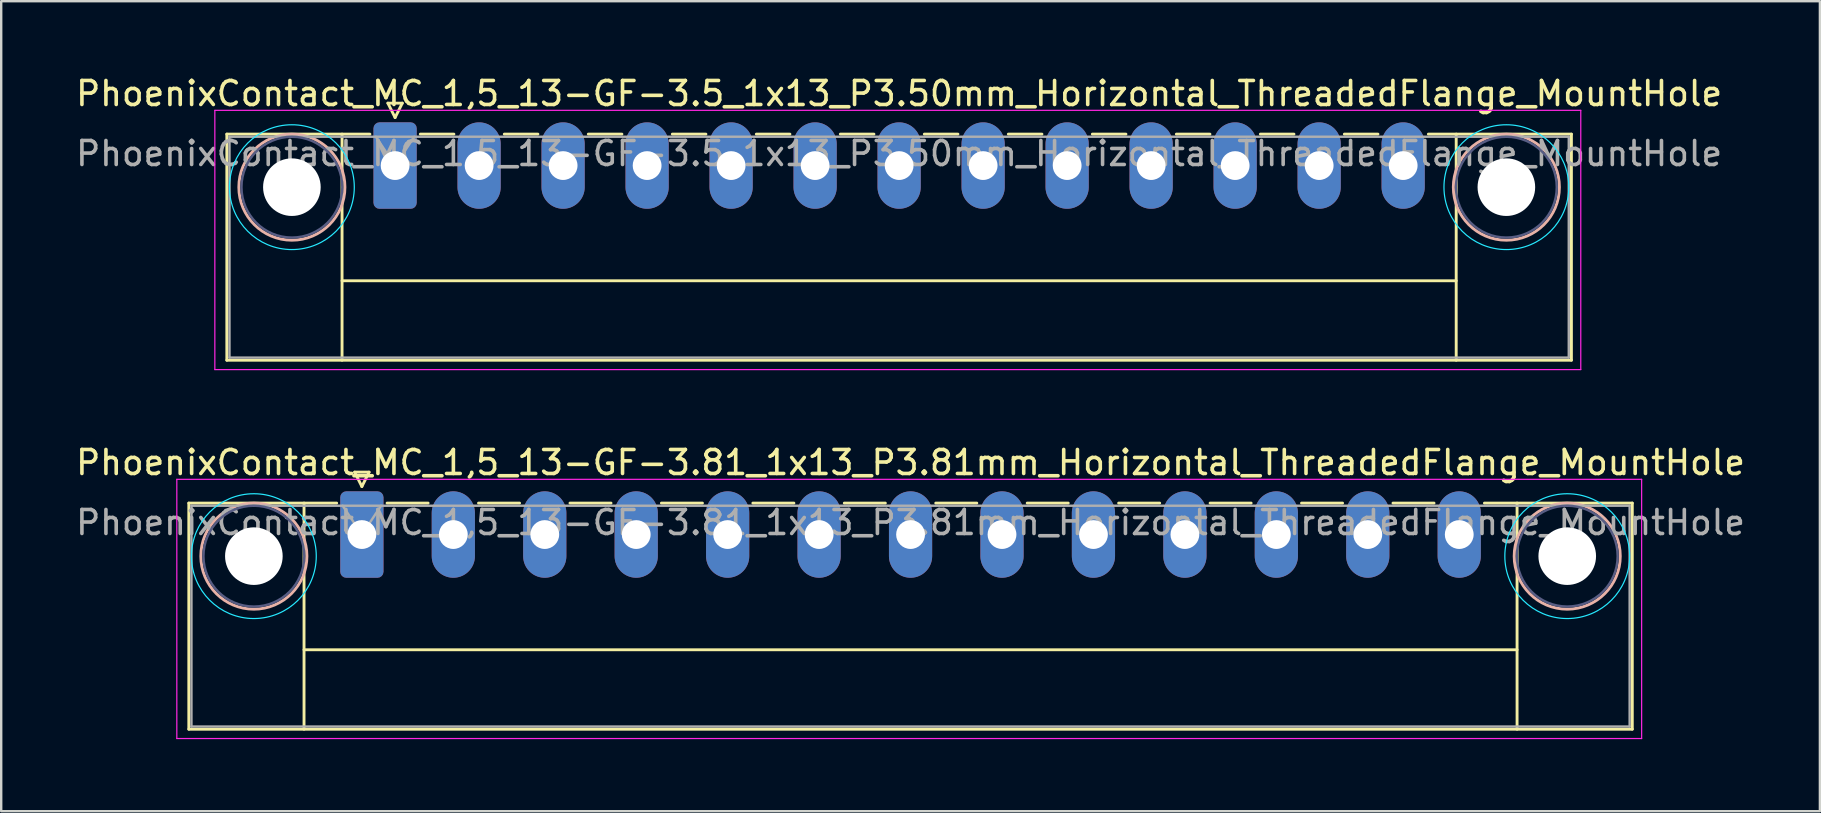
<source format=kicad_pcb>
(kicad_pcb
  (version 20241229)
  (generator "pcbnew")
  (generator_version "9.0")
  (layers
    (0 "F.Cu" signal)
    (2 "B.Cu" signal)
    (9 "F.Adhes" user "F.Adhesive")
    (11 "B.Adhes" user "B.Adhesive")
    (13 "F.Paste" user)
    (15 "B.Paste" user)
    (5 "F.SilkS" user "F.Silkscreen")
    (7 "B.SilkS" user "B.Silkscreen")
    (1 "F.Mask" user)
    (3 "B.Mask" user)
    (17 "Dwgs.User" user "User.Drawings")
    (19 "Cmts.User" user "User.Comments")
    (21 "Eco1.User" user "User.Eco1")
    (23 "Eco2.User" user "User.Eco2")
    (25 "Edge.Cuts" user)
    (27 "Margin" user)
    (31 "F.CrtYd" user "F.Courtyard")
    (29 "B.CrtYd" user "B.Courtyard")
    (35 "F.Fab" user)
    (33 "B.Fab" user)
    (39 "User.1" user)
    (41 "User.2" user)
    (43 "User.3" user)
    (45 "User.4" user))
  (footprint "PhoenixContact_MC_1,5_13-GF-3.5_1x13_P3.50mm_Horizontal_ThreadedFlange_MountHole"
    (layer "F.Cu")
    (at 13.411 3.848)
    (property "Reference" "PhoenixContact_MC_1,5_13-GF-3.5_1x13_P3.50mm_Horizontal_ThreadedFlange_MountHole" (at 21 -3 0) (layer "F.SilkS") (effects (font (size 1 1) (thickness 0.15))))
    (attr through_hole)
    (fp_line (start -7.01 -1.31) (end -7.01 8.11) (stroke (width 0.12) (type solid)) (layer "F.SilkS"))
    (fp_line (start -7.01 -1.31) (end -1.05 -1.31) (stroke (width 0.12) (type solid)) (layer "F.SilkS"))
    (fp_line (start -7.01 8.11) (end 49.01 8.11) (stroke (width 0.12) (type solid)) (layer "F.SilkS"))
    (fp_line (start -2.21 -1.31) (end -2.21 8.11) (stroke (width 0.12) (type solid)) (layer "F.SilkS"))
    (fp_line (start -2.21 4.8) (end 44.21 4.8) (stroke (width 0.12) (type solid)) (layer "F.SilkS"))
    (fp_line (start -0.3 -2.6) (end 0.3 -2.6) (stroke (width 0.12) (type solid)) (layer "F.SilkS"))
    (fp_line (start 0 -2) (end -0.3 -2.6) (stroke (width 0.12) (type solid)) (layer "F.SilkS"))
    (fp_line (start 0.3 -2.6) (end 0 -2) (stroke (width 0.12) (type solid)) (layer "F.SilkS"))
    (fp_line (start 1.05 -1.31) (end 2.45 -1.31) (stroke (width 0.12) (type solid)) (layer "F.SilkS"))
    (fp_line (start 4.55 -1.31) (end 5.95 -1.31) (stroke (width 0.12) (type solid)) (layer "F.SilkS"))
    (fp_line (start 8.05 -1.31) (end 9.45 -1.31) (stroke (width 0.12) (type solid)) (layer "F.SilkS"))
    (fp_line (start 11.55 -1.31) (end 12.95 -1.31) (stroke (width 0.12) (type solid)) (layer "F.SilkS"))
    (fp_line (start 15.05 -1.31) (end 16.45 -1.31) (stroke (width 0.12) (type solid)) (layer "F.SilkS"))
    (fp_line (start 18.55 -1.31) (end 19.95 -1.31) (stroke (width 0.12) (type solid)) (layer "F.SilkS"))
    (fp_line (start 22.05 -1.31) (end 23.45 -1.31) (stroke (width 0.12) (type solid)) (layer "F.SilkS"))
    (fp_line (start 25.55 -1.31) (end 26.95 -1.31) (stroke (width 0.12) (type solid)) (layer "F.SilkS"))
    (fp_line (start 29.05 -1.31) (end 30.45 -1.31) (stroke (width 0.12) (type solid)) (layer "F.SilkS"))
    (fp_line (start 32.55 -1.31) (end 33.95 -1.31) (stroke (width 0.12) (type solid)) (layer "F.SilkS"))
    (fp_line (start 36.05 -1.31) (end 37.45 -1.31) (stroke (width 0.12) (type solid)) (layer "F.SilkS"))
    (fp_line (start 39.55 -1.31) (end 40.95 -1.31) (stroke (width 0.12) (type solid)) (layer "F.SilkS"))
    (fp_line (start 44.21 -1.31) (end 44.21 8.11) (stroke (width 0.12) (type solid)) (layer "F.SilkS"))
    (fp_line (start 49.01 -1.31) (end 43.05 -1.31) (stroke (width 0.12) (type solid)) (layer "F.SilkS"))
    (fp_line (start 49.01 8.11) (end 49.01 -1.31) (stroke (width 0.12) (type solid)) (layer "F.SilkS"))
    (fp_circle (center -4.3 0.9) (end -2.09 0.9) (stroke (width 0.12) (type solid)) (fill no) (layer "B.SilkS"))
    (fp_circle (center 46.3 0.9) (end 48.51 0.9) (stroke (width 0.12) (type solid)) (fill no) (layer "B.SilkS"))
    (fp_circle (center -4.3 0.9) (end -1.7 0.9) (stroke (width 0.05) (type solid)) (fill no) (layer "B.CrtYd"))
    (fp_circle (center 46.3 0.9) (end 48.9 0.9) (stroke (width 0.05) (type solid)) (fill no) (layer "B.CrtYd"))
    (fp_line (start -7.51 -2.3) (end -7.51 8.5) (stroke (width 0.05) (type solid)) (layer "F.CrtYd"))
    (fp_line (start -7.51 8.5) (end 49.4 8.5) (stroke (width 0.05) (type solid)) (layer "F.CrtYd"))
    (fp_line (start 49.4 -2.3) (end -7.51 -2.3) (stroke (width 0.05) (type solid)) (layer "F.CrtYd"))
    (fp_line (start 49.4 8.5) (end 49.4 -2.3) (stroke (width 0.05) (type solid)) (layer "F.CrtYd"))
    (fp_circle (center -4.3 0.9) (end -2.2 0.9) (stroke (width 0.1) (type solid)) (fill no) (layer "B.Fab"))
    (fp_circle (center 46.3 0.9) (end 48.4 0.9) (stroke (width 0.1) (type solid)) (fill no) (layer "B.Fab"))
    (fp_line (start -6.9 -1.2) (end -6.9 8) (stroke (width 0.1) (type solid)) (layer "F.Fab"))
    (fp_line (start -6.9 8) (end 48.9 8) (stroke (width 0.1) (type solid)) (layer "F.Fab"))
    (fp_line (start 0 0) (end -0.8 -1.2) (stroke (width 0.1) (type solid)) (layer "F.Fab"))
    (fp_line (start 0.8 -1.2) (end 0 0) (stroke (width 0.1) (type solid)) (layer "F.Fab"))
    (fp_line (start 48.9 -1.2) (end -6.9 -1.2) (stroke (width 0.1) (type solid)) (layer "F.Fab"))
    (fp_line (start 48.9 8) (end 48.9 -1.2) (stroke (width 0.1) (type solid)) (layer "F.Fab"))
    (fp_text user "${REFERENCE}" (at 21 -0.5 0) (layer "F.Fab") (effects (font (size 1 1) (thickness 0.15))))
    (pad "" np_thru_hole circle (at -4.3 0.9) (size 2.4 2.4) (drill 2.4) (layers "*.Cu" "*.Mask"))
    (pad "" np_thru_hole circle (at 46.3 0.9) (size 2.4 2.4) (drill 2.4) (layers "*.Cu" "*.Mask"))
    (pad "1" thru_hole roundrect (at 0 0) (size 1.8 3.6) (drill 1.2) (layers "*.Cu" "*.Mask") (roundrect_rratio 0.139))
    (pad "2" thru_hole oval (at 3.5 0) (size 1.8 3.6) (drill 1.2) (layers "*.Cu" "*.Mask"))
    (pad "3" thru_hole oval (at 7 0) (size 1.8 3.6) (drill 1.2) (layers "*.Cu" "*.Mask"))
    (pad "4" thru_hole oval (at 10.5 0) (size 1.8 3.6) (drill 1.2) (layers "*.Cu" "*.Mask"))
    (pad "5" thru_hole oval (at 14 0) (size 1.8 3.6) (drill 1.2) (layers "*.Cu" "*.Mask"))
    (pad "6" thru_hole oval (at 17.5 0) (size 1.8 3.6) (drill 1.2) (layers "*.Cu" "*.Mask"))
    (pad "7" thru_hole oval (at 21 0) (size 1.8 3.6) (drill 1.2) (layers "*.Cu" "*.Mask"))
    (pad "8" thru_hole oval (at 24.5 0) (size 1.8 3.6) (drill 1.2) (layers "*.Cu" "*.Mask"))
    (pad "9" thru_hole oval (at 28 0) (size 1.8 3.6) (drill 1.2) (layers "*.Cu" "*.Mask"))
    (pad "10" thru_hole oval (at 31.5 0) (size 1.8 3.6) (drill 1.2) (layers "*.Cu" "*.Mask"))
    (pad "11" thru_hole oval (at 35 0) (size 1.8 3.6) (drill 1.2) (layers "*.Cu" "*.Mask"))
    (pad "12" thru_hole oval (at 38.5 0) (size 1.8 3.6) (drill 1.2) (layers "*.Cu" "*.Mask"))
    (pad "13" thru_hole oval (at 42 0) (size 1.8 3.6) (drill 1.2) (layers "*.Cu" "*.Mask")))
  (footprint "PhoenixContact_MC_1,5_13-GF-3.81_1x13_P3.81mm_Horizontal_ThreadedFlange_MountHole"
    (layer "F.Cu")
    (at 12.027 19.221)
    (property "Reference" "PhoenixContact_MC_1,5_13-GF-3.81_1x13_P3.81mm_Horizontal_ThreadedFlange_MountHole" (at 22.86 -3 0) (layer "F.SilkS") (effects (font (size 1 1) (thickness 0.15))))
    (attr through_hole)
    (fp_line (start -7.21 -1.31) (end -7.21 8.11) (stroke (width 0.12) (type solid)) (layer "F.SilkS"))
    (fp_line (start -7.21 -1.31) (end -1.05 -1.31) (stroke (width 0.12) (type solid)) (layer "F.SilkS"))
    (fp_line (start -7.21 8.11) (end 52.93 8.11) (stroke (width 0.12) (type solid)) (layer "F.SilkS"))
    (fp_line (start -2.41 -1.31) (end -2.41 8.11) (stroke (width 0.12) (type solid)) (layer "F.SilkS"))
    (fp_line (start -2.41 4.8) (end 48.13 4.8) (stroke (width 0.12) (type solid)) (layer "F.SilkS"))
    (fp_line (start -0.3 -2.6) (end 0.3 -2.6) (stroke (width 0.12) (type solid)) (layer "F.SilkS"))
    (fp_line (start 0 -2) (end -0.3 -2.6) (stroke (width 0.12) (type solid)) (layer "F.SilkS"))
    (fp_line (start 0.3 -2.6) (end 0 -2) (stroke (width 0.12) (type solid)) (layer "F.SilkS"))
    (fp_line (start 1.05 -1.31) (end 2.76 -1.31) (stroke (width 0.12) (type solid)) (layer "F.SilkS"))
    (fp_line (start 4.86 -1.31) (end 6.57 -1.31) (stroke (width 0.12) (type solid)) (layer "F.SilkS"))
    (fp_line (start 8.67 -1.31) (end 10.38 -1.31) (stroke (width 0.12) (type solid)) (layer "F.SilkS"))
    (fp_line (start 12.48 -1.31) (end 14.19 -1.31) (stroke (width 0.12) (type solid)) (layer "F.SilkS"))
    (fp_line (start 16.29 -1.31) (end 18 -1.31) (stroke (width 0.12) (type solid)) (layer "F.SilkS"))
    (fp_line (start 20.1 -1.31) (end 21.81 -1.31) (stroke (width 0.12) (type solid)) (layer "F.SilkS"))
    (fp_line (start 23.91 -1.31) (end 25.62 -1.31) (stroke (width 0.12) (type solid)) (layer "F.SilkS"))
    (fp_line (start 27.72 -1.31) (end 29.43 -1.31) (stroke (width 0.12) (type solid)) (layer "F.SilkS"))
    (fp_line (start 31.53 -1.31) (end 33.24 -1.31) (stroke (width 0.12) (type solid)) (layer "F.SilkS"))
    (fp_line (start 35.34 -1.31) (end 37.05 -1.31) (stroke (width 0.12) (type solid)) (layer "F.SilkS"))
    (fp_line (start 39.15 -1.31) (end 40.86 -1.31) (stroke (width 0.12) (type solid)) (layer "F.SilkS"))
    (fp_line (start 42.96 -1.31) (end 44.67 -1.31) (stroke (width 0.12) (type solid)) (layer "F.SilkS"))
    (fp_line (start 48.13 -1.31) (end 48.13 8.11) (stroke (width 0.12) (type solid)) (layer "F.SilkS"))
    (fp_line (start 52.93 -1.31) (end 46.77 -1.31) (stroke (width 0.12) (type solid)) (layer "F.SilkS"))
    (fp_line (start 52.93 8.11) (end 52.93 -1.31) (stroke (width 0.12) (type solid)) (layer "F.SilkS"))
    (fp_circle (center -4.5 0.9) (end -2.29 0.9) (stroke (width 0.12) (type solid)) (fill no) (layer "B.SilkS"))
    (fp_circle (center 50.22 0.9) (end 52.43 0.9) (stroke (width 0.12) (type solid)) (fill no) (layer "B.SilkS"))
    (fp_circle (center -4.5 0.9) (end -1.9 0.9) (stroke (width 0.05) (type solid)) (fill no) (layer "B.CrtYd"))
    (fp_circle (center 50.22 0.9) (end 52.82 0.9) (stroke (width 0.05) (type solid)) (fill no) (layer "B.CrtYd"))
    (fp_line (start -7.71 -2.3) (end -7.71 8.5) (stroke (width 0.05) (type solid)) (layer "F.CrtYd"))
    (fp_line (start -7.71 8.5) (end 53.32 8.5) (stroke (width 0.05) (type solid)) (layer "F.CrtYd"))
    (fp_line (start 53.32 -2.3) (end -7.71 -2.3) (stroke (width 0.05) (type solid)) (layer "F.CrtYd"))
    (fp_line (start 53.32 8.5) (end 53.32 -2.3) (stroke (width 0.05) (type solid)) (layer "F.CrtYd"))
    (fp_circle (center -4.5 0.9) (end -2.4 0.9) (stroke (width 0.1) (type solid)) (fill no) (layer "B.Fab"))
    (fp_circle (center 50.22 0.9) (end 52.32 0.9) (stroke (width 0.1) (type solid)) (fill no) (layer "B.Fab"))
    (fp_line (start -7.1 -1.2) (end -7.1 8) (stroke (width 0.1) (type solid)) (layer "F.Fab"))
    (fp_line (start -7.1 8) (end 52.82 8) (stroke (width 0.1) (type solid)) (layer "F.Fab"))
    (fp_line (start 0 0) (end -0.8 -1.2) (stroke (width 0.1) (type solid)) (layer "F.Fab"))
    (fp_line (start 0.8 -1.2) (end 0 0) (stroke (width 0.1) (type solid)) (layer "F.Fab"))
    (fp_line (start 52.82 -1.2) (end -7.1 -1.2) (stroke (width 0.1) (type solid)) (layer "F.Fab"))
    (fp_line (start 52.82 8) (end 52.82 -1.2) (stroke (width 0.1) (type solid)) (layer "F.Fab"))
    (fp_text user "${REFERENCE}" (at 22.86 -0.5 0) (layer "F.Fab") (effects (font (size 1 1) (thickness 0.15))))
    (pad "" np_thru_hole circle (at -4.5 0.9) (size 2.4 2.4) (drill 2.4) (layers "*.Cu" "*.Mask"))
    (pad "" np_thru_hole circle (at 50.22 0.9) (size 2.4 2.4) (drill 2.4) (layers "*.Cu" "*.Mask"))
    (pad "1" thru_hole roundrect (at 0 0) (size 1.8 3.6) (drill 1.2) (layers "*.Cu" "*.Mask") (roundrect_rratio 0.139))
    (pad "2" thru_hole oval (at 3.81 0) (size 1.8 3.6) (drill 1.2) (layers "*.Cu" "*.Mask"))
    (pad "3" thru_hole oval (at 7.62 0) (size 1.8 3.6) (drill 1.2) (layers "*.Cu" "*.Mask"))
    (pad "4" thru_hole oval (at 11.43 0) (size 1.8 3.6) (drill 1.2) (layers "*.Cu" "*.Mask"))
    (pad "5" thru_hole oval (at 15.24 0) (size 1.8 3.6) (drill 1.2) (layers "*.Cu" "*.Mask"))
    (pad "6" thru_hole oval (at 19.05 0) (size 1.8 3.6) (drill 1.2) (layers "*.Cu" "*.Mask"))
    (pad "7" thru_hole oval (at 22.86 0) (size 1.8 3.6) (drill 1.2) (layers "*.Cu" "*.Mask"))
    (pad "8" thru_hole oval (at 26.67 0) (size 1.8 3.6) (drill 1.2) (layers "*.Cu" "*.Mask"))
    (pad "9" thru_hole oval (at 30.48 0) (size 1.8 3.6) (drill 1.2) (layers "*.Cu" "*.Mask"))
    (pad "10" thru_hole oval (at 34.29 0) (size 1.8 3.6) (drill 1.2) (layers "*.Cu" "*.Mask"))
    (pad "11" thru_hole oval (at 38.1 0) (size 1.8 3.6) (drill 1.2) (layers "*.Cu" "*.Mask"))
    (pad "12" thru_hole oval (at 41.91 0) (size 1.8 3.6) (drill 1.2) (layers "*.Cu" "*.Mask"))
    (pad "13" thru_hole oval (at 45.72 0) (size 1.8 3.6) (drill 1.2) (layers "*.Cu" "*.Mask")))
  (gr_rect
    (start -3 -3)
    (end 72.774 30.747)
    (stroke (width 0.1) (type default))
    (fill no)
    (layer "Edge.Cuts")))
</source>
